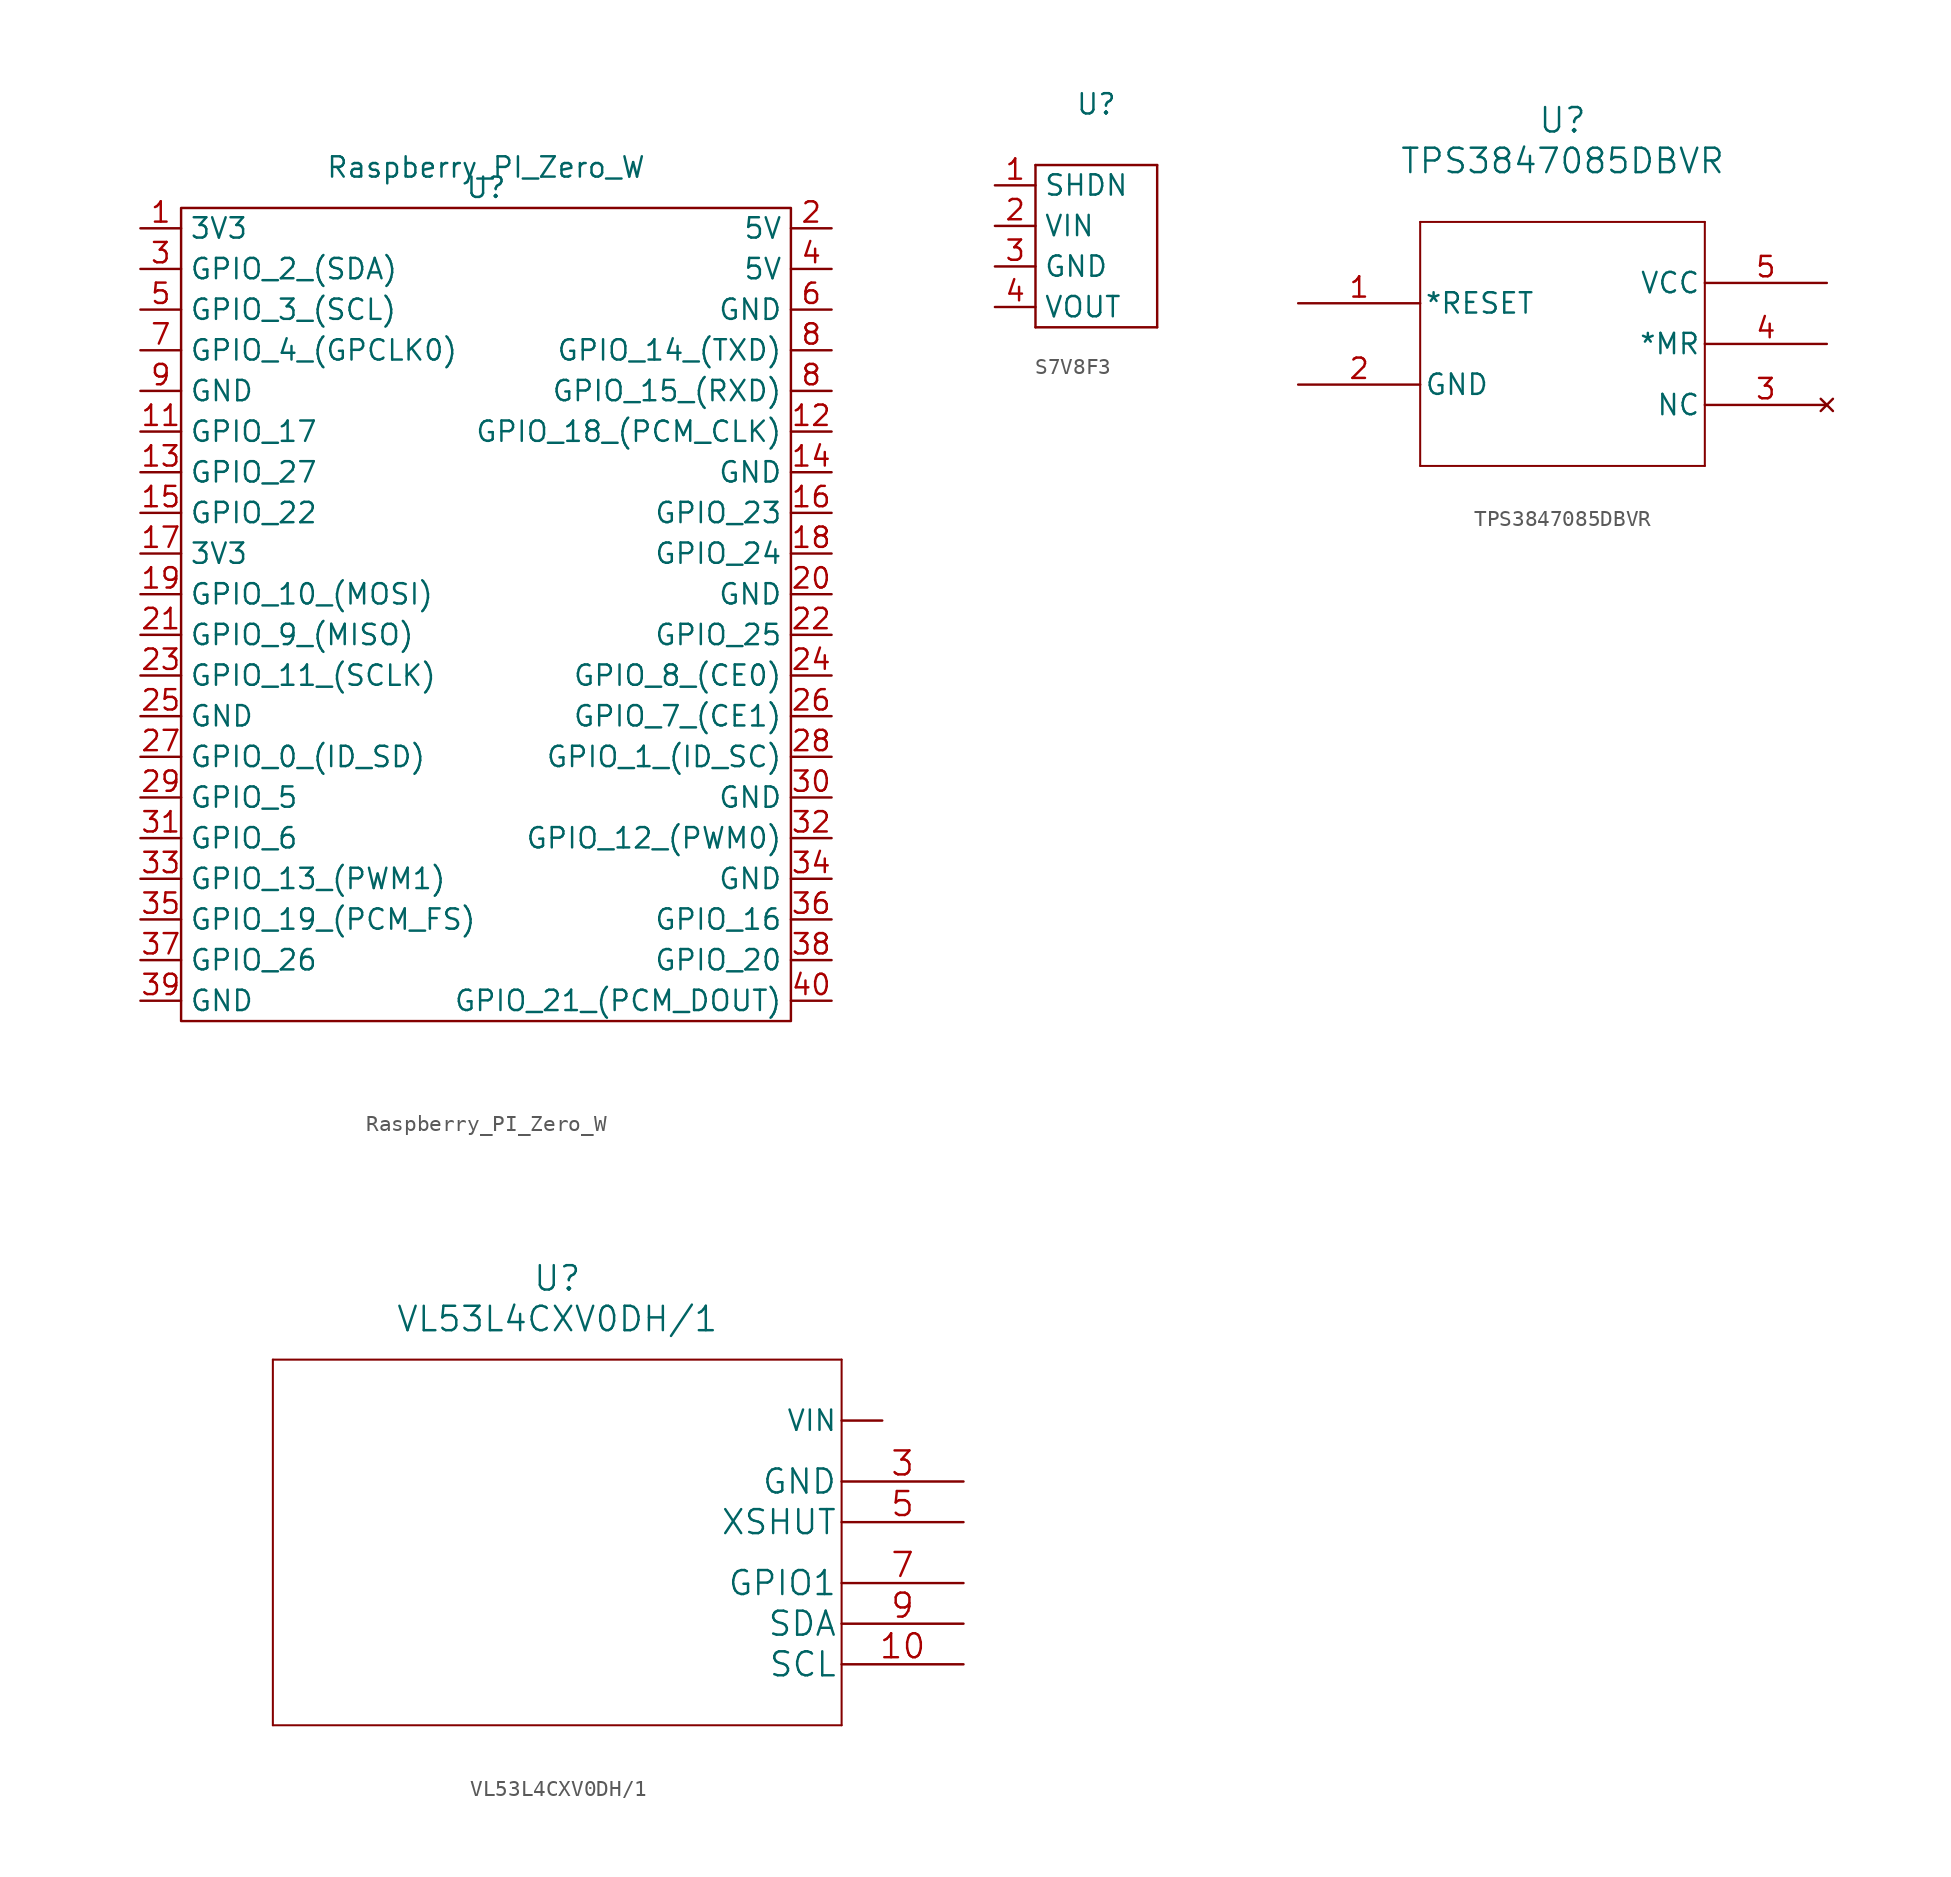
<source format=kicad_sym>
(kicad_symbol_lib
  (version 20231120)
  (generator "kicad_symbol_editor")
  (generator_version "8.0")
  (symbol "Raspberry_PI_Zero_W"
    (property "Reference" "U"
      (at 0 0 0)
      (effects (font (size 1.27 1.27))))
    (property "Value" "Raspberry_PI_Zero_W"
      (at 0 1.27 0)
      (effects (font (size 1.27 1.27))))
    (symbol "Raspberry_PI_Zero_W_0_1"
      (rectangle (start -19.05 -1.27) (end 19.05 -52.07) (stroke (width 0) (type default)) (fill (type none))))
    (symbol "Raspberry_PI_Zero_W_1_1"
      (pin input line (at -21.59 -2.54 0) (length 2.54) (name "3V3" (effects (font (size 1.27 1.27)))) (number "1" (effects (font (size 1.27 1.27)))))
      (pin input line (at -21.59 -15.24 0) (length 2.54) (name "GPIO_17" (effects (font (size 1.27 1.27)))) (number "11" (effects (font (size 1.27 1.27)))))
      (pin input line (at 21.59 -15.24 180) (length 2.54) (name "GPIO_18_(PCM_CLK)" (effects (font (size 1.27 1.27)))) (number "12" (effects (font (size 1.27 1.27)))))
      (pin input line (at -21.59 -17.78 0) (length 2.54) (name "GPIO_27" (effects (font (size 1.27 1.27)))) (number "13" (effects (font (size 1.27 1.27)))))
      (pin input line (at 21.59 -17.78 180) (length 2.54) (name "GND" (effects (font (size 1.27 1.27)))) (number "14" (effects (font (size 1.27 1.27)))))
      (pin input line (at -21.59 -20.32 0) (length 2.54) (name "GPIO_22" (effects (font (size 1.27 1.27)))) (number "15" (effects (font (size 1.27 1.27)))))
      (pin input line (at 21.59 -20.32 180) (length 2.54) (name "GPIO_23" (effects (font (size 1.27 1.27)))) (number "16" (effects (font (size 1.27 1.27)))))
      (pin input line (at -21.59 -22.86 0) (length 2.54) (name "3V3" (effects (font (size 1.27 1.27)))) (number "17" (effects (font (size 1.27 1.27)))))
      (pin input line (at 21.59 -22.86 180) (length 2.54) (name "GPIO_24" (effects (font (size 1.27 1.27)))) (number "18" (effects (font (size 1.27 1.27)))))
      (pin input line (at -21.59 -25.4 0) (length 2.54) (name "GPIO_10_(MOSI)" (effects (font (size 1.27 1.27)))) (number "19" (effects (font (size 1.27 1.27)))))
      (pin input line (at 21.59 -2.54 180) (length 2.54) (name "5V" (effects (font (size 1.27 1.27)))) (number "2" (effects (font (size 1.27 1.27)))))
      (pin input line (at 21.59 -25.4 180) (length 2.54) (name "GND" (effects (font (size 1.27 1.27)))) (number "20" (effects (font (size 1.27 1.27)))))
      (pin input line (at -21.59 -27.94 0) (length 2.54) (name "GPIO_9_(MISO)" (effects (font (size 1.27 1.27)))) (number "21" (effects (font (size 1.27 1.27)))))
      (pin input line (at 21.59 -27.94 180) (length 2.54) (name "GPIO_25" (effects (font (size 1.27 1.27)))) (number "22" (effects (font (size 1.27 1.27)))))
      (pin input line (at -21.59 -30.48 0) (length 2.54) (name "GPIO_11_(SCLK)" (effects (font (size 1.27 1.27)))) (number "23" (effects (font (size 1.27 1.27)))))
      (pin input line (at 21.59 -30.48 180) (length 2.54) (name "GPIO_8_(CE0)" (effects (font (size 1.27 1.27)))) (number "24" (effects (font (size 1.27 1.27)))))
      (pin input line (at -21.59 -33.02 0) (length 2.54) (name "GND" (effects (font (size 1.27 1.27)))) (number "25" (effects (font (size 1.27 1.27)))))
      (pin input line (at 21.59 -33.02 180) (length 2.54) (name "GPIO_7_(CE1)" (effects (font (size 1.27 1.27)))) (number "26" (effects (font (size 1.27 1.27)))))
      (pin input line (at -21.59 -35.56 0) (length 2.54) (name "GPIO_0_(ID_SD)" (effects (font (size 1.27 1.27)))) (number "27" (effects (font (size 1.27 1.27)))))
      (pin input line (at 21.59 -35.56 180) (length 2.54) (name "GPIO_1_(ID_SC)" (effects (font (size 1.27 1.27)))) (number "28" (effects (font (size 1.27 1.27)))))
      (pin input line (at -21.59 -38.1 0) (length 2.54) (name "GPIO_5" (effects (font (size 1.27 1.27)))) (number "29" (effects (font (size 1.27 1.27)))))
      (pin input line (at -21.59 -5.08 0) (length 2.54) (name "GPIO_2_(SDA)" (effects (font (size 1.27 1.27)))) (number "3" (effects (font (size 1.27 1.27)))))
      (pin input line (at 21.59 -38.1 180) (length 2.54) (name "GND" (effects (font (size 1.27 1.27)))) (number "30" (effects (font (size 1.27 1.27)))))
      (pin input line (at -21.59 -40.64 0) (length 2.54) (name "GPIO_6" (effects (font (size 1.27 1.27)))) (number "31" (effects (font (size 1.27 1.27)))))
      (pin input line (at 21.59 -40.64 180) (length 2.54) (name "GPIO_12_(PWM0)" (effects (font (size 1.27 1.27)))) (number "32" (effects (font (size 1.27 1.27)))))
      (pin input line (at -21.59 -43.18 0) (length 2.54) (name "GPIO_13_(PWM1)" (effects (font (size 1.27 1.27)))) (number "33" (effects (font (size 1.27 1.27)))))
      (pin input line (at 21.59 -43.18 180) (length 2.54) (name "GND" (effects (font (size 1.27 1.27)))) (number "34" (effects (font (size 1.27 1.27)))))
      (pin input line (at -21.59 -45.72 0) (length 2.54) (name "GPIO_19_(PCM_FS)" (effects (font (size 1.27 1.27)))) (number "35" (effects (font (size 1.27 1.27)))))
      (pin input line (at 21.59 -45.72 180) (length 2.54) (name "GPIO_16" (effects (font (size 1.27 1.27)))) (number "36" (effects (font (size 1.27 1.27)))))
      (pin input line (at -21.59 -48.26 0) (length 2.54) (name "GPIO_26" (effects (font (size 1.27 1.27)))) (number "37" (effects (font (size 1.27 1.27)))))
      (pin input line (at 21.59 -48.26 180) (length 2.54) (name "GPIO_20" (effects (font (size 1.27 1.27)))) (number "38" (effects (font (size 1.27 1.27)))))
      (pin input line (at -21.59 -50.8 0) (length 2.54) (name "GND" (effects (font (size 1.27 1.27)))) (number "39" (effects (font (size 1.27 1.27)))))
      (pin input line (at 21.59 -5.08 180) (length 2.54) (name "5V" (effects (font (size 1.27 1.27)))) (number "4" (effects (font (size 1.27 1.27)))))
      (pin input line (at 21.59 -50.8 180) (length 2.54) (name "GPIO_21_(PCM_DOUT)" (effects (font (size 1.27 1.27)))) (number "40" (effects (font (size 1.27 1.27)))))
      (pin input line (at -21.59 -7.62 0) (length 2.54) (name "GPIO_3_(SCL)" (effects (font (size 1.27 1.27)))) (number "5" (effects (font (size 1.27 1.27)))))
      (pin input line (at 21.59 -7.62 180) (length 2.54) (name "GND" (effects (font (size 1.27 1.27)))) (number "6" (effects (font (size 1.27 1.27)))))
      (pin input line (at -21.59 -10.16 0) (length 2.54) (name "GPIO_4_(GPCLK0)" (effects (font (size 1.27 1.27)))) (number "7" (effects (font (size 1.27 1.27)))))
      (pin input line (at 21.59 -10.16 180) (length 2.54) (name "GPIO_14_(TXD)" (effects (font (size 1.27 1.27)))) (number "8" (effects (font (size 1.27 1.27)))))
      (pin input line (at 21.59 -12.7 180) (length 2.54) (name "GPIO_15_(RXD)" (effects (font (size 1.27 1.27)))) (number "8" (effects (font (size 1.27 1.27)))))
      (pin input line (at -21.59 -12.7 0) (length 2.54) (name "GND" (effects (font (size 1.27 1.27)))) (number "9" (effects (font (size 1.27 1.27)))))))
  (symbol "S7V8F3"
    (property "Reference" "U"
      (at 0 1.27 0)
      (effects (font (size 1.27 1.27))))
    (property "Value" ""
      (at 0 0 0)
      (effects (font (size 1.27 1.27))))
    (symbol "S7V8F3_0_1"
      (rectangle (start -3.81 -12.7) (end 3.81 -12.7) (stroke (width 0) (type default)) (fill (type none)))
      (rectangle (start -3.81 -2.54) (end -3.81 -12.7) (stroke (width 0) (type default)) (fill (type none))))
    (symbol "S7V8F3_1_1"
      (rectangle (start -3.81 -2.54) (end 3.81 -2.54) (stroke (width 0) (type default)) (fill (type none)))
      (rectangle (start 3.81 -2.54) (end 3.81 -12.7) (stroke (width 0) (type default)) (fill (type none)))
      (pin input line (at -6.35 -3.81 0) (length 2.54) (name "SHDN" (effects (font (size 1.27 1.27)))) (number "1" (effects (font (size 1.27 1.27)))))
      (pin input line (at -6.35 -6.35 0) (length 2.54) (name "VIN" (effects (font (size 1.27 1.27)))) (number "2" (effects (font (size 1.27 1.27)))))
      (pin input line (at -6.35 -8.89 0) (length 2.54) (name "GND" (effects (font (size 1.27 1.27)))) (number "3" (effects (font (size 1.27 1.27)))))
      (pin output line (at -6.35 -11.43 0) (length 2.54) (name "VOUT" (effects (font (size 1.27 1.27)))) (number "4" (effects (font (size 1.27 1.27)))))))
  (symbol "TPS3847085DBVR"
    (pin_names
      (offset 0.254))
    (property "Reference" "U"
      (at 0 12.7 0)
      (effects (font (size 1.524 1.524))))
    (property "Value" "TPS3847085DBVR"
      (at 0 10.16 0)
      (effects (font (size 1.524 1.524))))
    (property "ki_locked" ""
      (at 0 0 0)
      (effects (font (size 1.27 1.27))))
    (symbol "TPS3847085DBVR_0_1"
      (polyline (pts (xy -8.89 -8.89) (xy 8.89 -8.89)) (stroke (width 0.127) (type default)) (fill (type none)))
      (polyline (pts (xy -8.89 6.35) (xy -8.89 -8.89)) (stroke (width 0.127) (type default)) (fill (type none)))
      (polyline (pts (xy 8.89 -8.89) (xy 8.89 6.35)) (stroke (width 0.127) (type default)) (fill (type none)))
      (polyline (pts (xy 8.89 6.35) (xy -8.89 6.35)) (stroke (width 0.127) (type default)) (fill (type none)))
      (pin output line (at -16.51 1.27 0) (length 7.62) (name "*RESET" (effects (font (size 1.27 1.27)))) (number "1" (effects (font (size 1.27 1.27)))))
      (pin power_in line (at -16.51 -3.81 0) (length 7.62) (name "GND" (effects (font (size 1.27 1.27)))) (number "2" (effects (font (size 1.27 1.27)))))
      (pin no_connect line (at 16.51 -5.08 180) (length 7.62) (name "NC" (effects (font (size 1.27 1.27)))) (number "3" (effects (font (size 1.27 1.27)))))
      (pin input line (at 16.51 -1.27 180) (length 7.62) (name "*MR" (effects (font (size 1.27 1.27)))) (number "4" (effects (font (size 1.27 1.27)))))
      (pin power_in line (at 16.51 2.54 180) (length 7.62) (name "VCC" (effects (font (size 1.27 1.27)))) (number "5" (effects (font (size 1.27 1.27)))))))
  (symbol "VL53L4CXV0DH/1"
    (pin_names
      (offset 0.254))
    (property "Reference" "U"
      (at 25.4 10.16 0)
      (effects (font (size 1.524 1.524))))
    (property "Value" "VL53L4CXV0DH{slash}1"
      (at 25.4 7.62 0)
      (effects (font (size 1.524 1.524))))
    (property "Datasheet" ""
      (at 0 0 0)
      (effects (font (size 1.524 1.524))))
    (property "ki_locked" ""
      (at 0 0 0)
      (effects (font (size 1.27 1.27))))
    (symbol "VL53L4CXV0DH/1_1_1"
      (polyline (pts (xy 7.62 -17.78) (xy 43.18 -17.78)) (stroke (width 0.127) (type default)) (fill (type none)))
      (polyline (pts (xy 7.62 5.08) (xy 7.62 -17.78)) (stroke (width 0.127) (type default)) (fill (type none)))
      (polyline (pts (xy 43.18 -17.78) (xy 43.18 5.08)) (stroke (width 0.127) (type default)) (fill (type none)))
      (polyline (pts (xy 43.18 5.08) (xy 7.62 5.08)) (stroke (width 0.127) (type default)) (fill (type none)))
      (pin input line (at 45.72 1.27 180) (length 2.54) (name "VIN" (effects (font (size 1.27 1.27)))) (number "" (effects (font (size 1.27 1.27)))))
      (pin unspecified line (at 50.8 -13.97 180) (length 7.62) (name "SCL" (effects (font (size 1.499 1.499)))) (number "10" (effects (font (size 1.499 1.499)))))
      (pin power_in line (at 50.8 -2.54 180) (length 7.62) (name "GND" (effects (font (size 1.499 1.499)))) (number "3" (effects (font (size 1.499 1.499)))))
      (pin unspecified line (at 50.8 -5.08 180) (length 7.62) (name "XSHUT" (effects (font (size 1.499 1.499)))) (number "5" (effects (font (size 1.499 1.499)))))
      (pin unspecified line (at 50.8 -8.89 180) (length 7.62) (name "GPIO1" (effects (font (size 1.499 1.499)))) (number "7" (effects (font (size 1.499 1.499)))))
      (pin unspecified line (at 50.8 -11.43 180) (length 7.62) (name "SDA" (effects (font (size 1.499 1.499)))) (number "9" (effects (font (size 1.499 1.499))))))))
</source>
